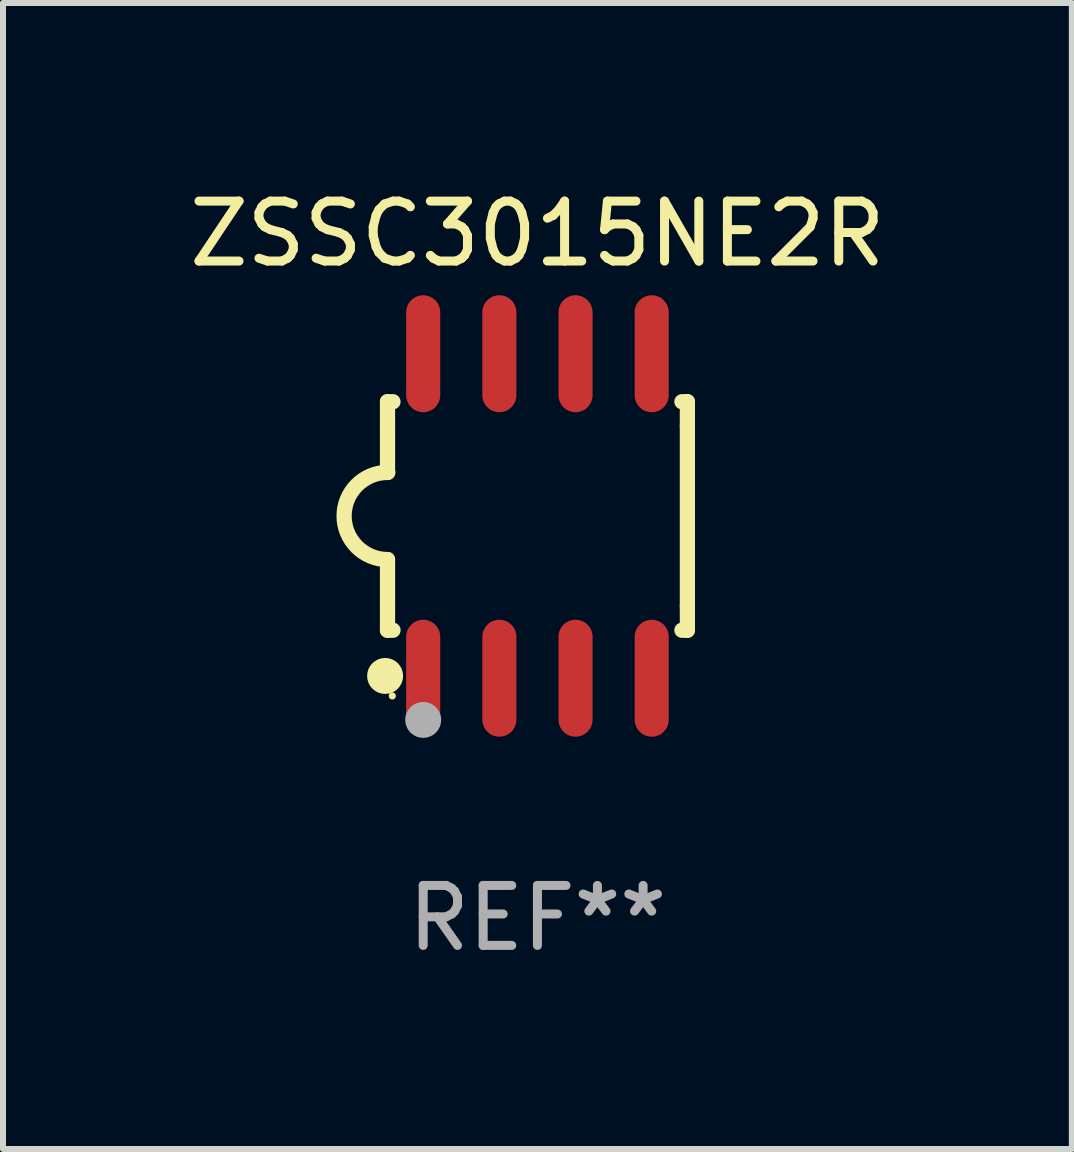
<source format=kicad_pcb>
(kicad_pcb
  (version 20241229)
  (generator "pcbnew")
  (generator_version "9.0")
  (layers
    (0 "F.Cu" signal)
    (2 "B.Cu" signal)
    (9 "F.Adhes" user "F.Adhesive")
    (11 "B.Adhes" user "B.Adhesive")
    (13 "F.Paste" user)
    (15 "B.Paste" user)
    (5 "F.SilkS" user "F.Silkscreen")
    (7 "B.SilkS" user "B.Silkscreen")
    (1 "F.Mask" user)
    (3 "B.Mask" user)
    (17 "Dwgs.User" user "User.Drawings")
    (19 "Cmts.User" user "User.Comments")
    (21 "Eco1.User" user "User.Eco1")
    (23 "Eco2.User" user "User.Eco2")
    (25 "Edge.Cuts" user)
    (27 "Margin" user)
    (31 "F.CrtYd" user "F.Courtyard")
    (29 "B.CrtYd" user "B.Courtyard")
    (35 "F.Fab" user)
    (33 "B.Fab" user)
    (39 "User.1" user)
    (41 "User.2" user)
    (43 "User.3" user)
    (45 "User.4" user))
  (footprint "ZSSC3015NE2R"
    (layer "F.Cu")
    (at 5.911 5.553)
    (property "Reference" "ZSSC3015NE2R" (at 0 -4.705 0) (layer "F.SilkS") (effects (font (size 1 1) (thickness 0.15))))
    (attr through_hole)
    (fp_line (start -2.5 -1.905) (end -2.409 -1.905) (stroke (width 0.254) (type solid)) (layer "F.SilkS"))
    (fp_line (start -2.5 -1.5) (end -2.5 -1.905) (stroke (width 0.254) (type solid)) (layer "F.SilkS"))
    (fp_line (start -2.5 -1.5) (end -2.5 -0.726) (stroke (width 0.254) (type solid)) (layer "F.SilkS"))
    (fp_line (start -2.5 1.5) (end -2.5 0.727) (stroke (width 0.254) (type solid)) (layer "F.SilkS"))
    (fp_line (start -2.5 1.5) (end -2.5 1.905) (stroke (width 0.254) (type solid)) (layer "F.SilkS"))
    (fp_line (start -2.5 1.905) (end -2.409 1.905) (stroke (width 0.254) (type solid)) (layer "F.SilkS"))
    (fp_line (start 2.5 -1.905) (end 2.409 -1.905) (stroke (width 0.254) (type solid)) (layer "F.SilkS"))
    (fp_line (start 2.5 -1.5) (end 2.5 -1.905) (stroke (width 0.254) (type solid)) (layer "F.SilkS"))
    (fp_line (start 2.5 -1.5) (end 2.5 1.5) (stroke (width 0.254) (type solid)) (layer "F.SilkS"))
    (fp_line (start 2.5 1.5) (end 2.5 1.905) (stroke (width 0.254) (type solid)) (layer "F.SilkS"))
    (fp_line (start 2.5 1.905) (end 2.409 1.905) (stroke (width 0.254) (type solid)) (layer "F.SilkS"))
    (fp_arc (start -2.5 0.726568) (mid -3.220316 -0.0023) (end -2.495097 -0.726289) (stroke (width 0.254001) (type solid)) (layer "F.SilkS"))
    (fp_circle (center -2.54 2.667) (end -2.39 2.667) (stroke (width 0.3) (type solid)) (fill no) (layer "F.SilkS"))
    (fp_circle (center -2.42 3) (end -2.39 3) (stroke (width 0.06) (type solid)) (fill no) (layer "F.SilkS"))
    (fp_circle (center -1.905 3.4) (end -1.755 3.4) (stroke (width 0.3) (type solid)) (fill no) (layer "F.Fab"))
    (fp_text user "REF**" (at 0 6.705 0) (layer "F.Fab") (effects (font (size 1 1) (thickness 0.15))))
    (pad "1" smd oval (at -1.905 2.705) (size 0.568 1.95) (layers "F.Cu" "F.Mask" "F.Paste"))
    (pad "2" smd oval (at -0.635 2.705) (size 0.568 1.95) (layers "F.Cu" "F.Mask" "F.Paste"))
    (pad "3" smd oval (at 0.635 2.705) (size 0.568 1.95) (layers "F.Cu" "F.Mask" "F.Paste"))
    (pad "4" smd oval (at 1.905 2.705) (size 0.568 1.95) (layers "F.Cu" "F.Mask" "F.Paste"))
    (pad "5" smd oval (at 1.905 -2.705) (size 0.568 1.95) (layers "F.Cu" "F.Mask" "F.Paste"))
    (pad "6" smd oval (at 0.635 -2.705) (size 0.568 1.95) (layers "F.Cu" "F.Mask" "F.Paste"))
    (pad "7" smd oval (at -0.635 -2.705) (size 0.568 1.95) (layers "F.Cu" "F.Mask" "F.Paste"))
    (pad "8" smd oval (at -1.905 -2.705) (size 0.568 1.95) (layers "F.Cu" "F.Mask" "F.Paste")))
  (gr_rect
    (start -3 -3)
    (end 14.821 16.107)
    (stroke (width 0.1) (type default))
    (fill no)
    (layer "Edge.Cuts")))
</source>
